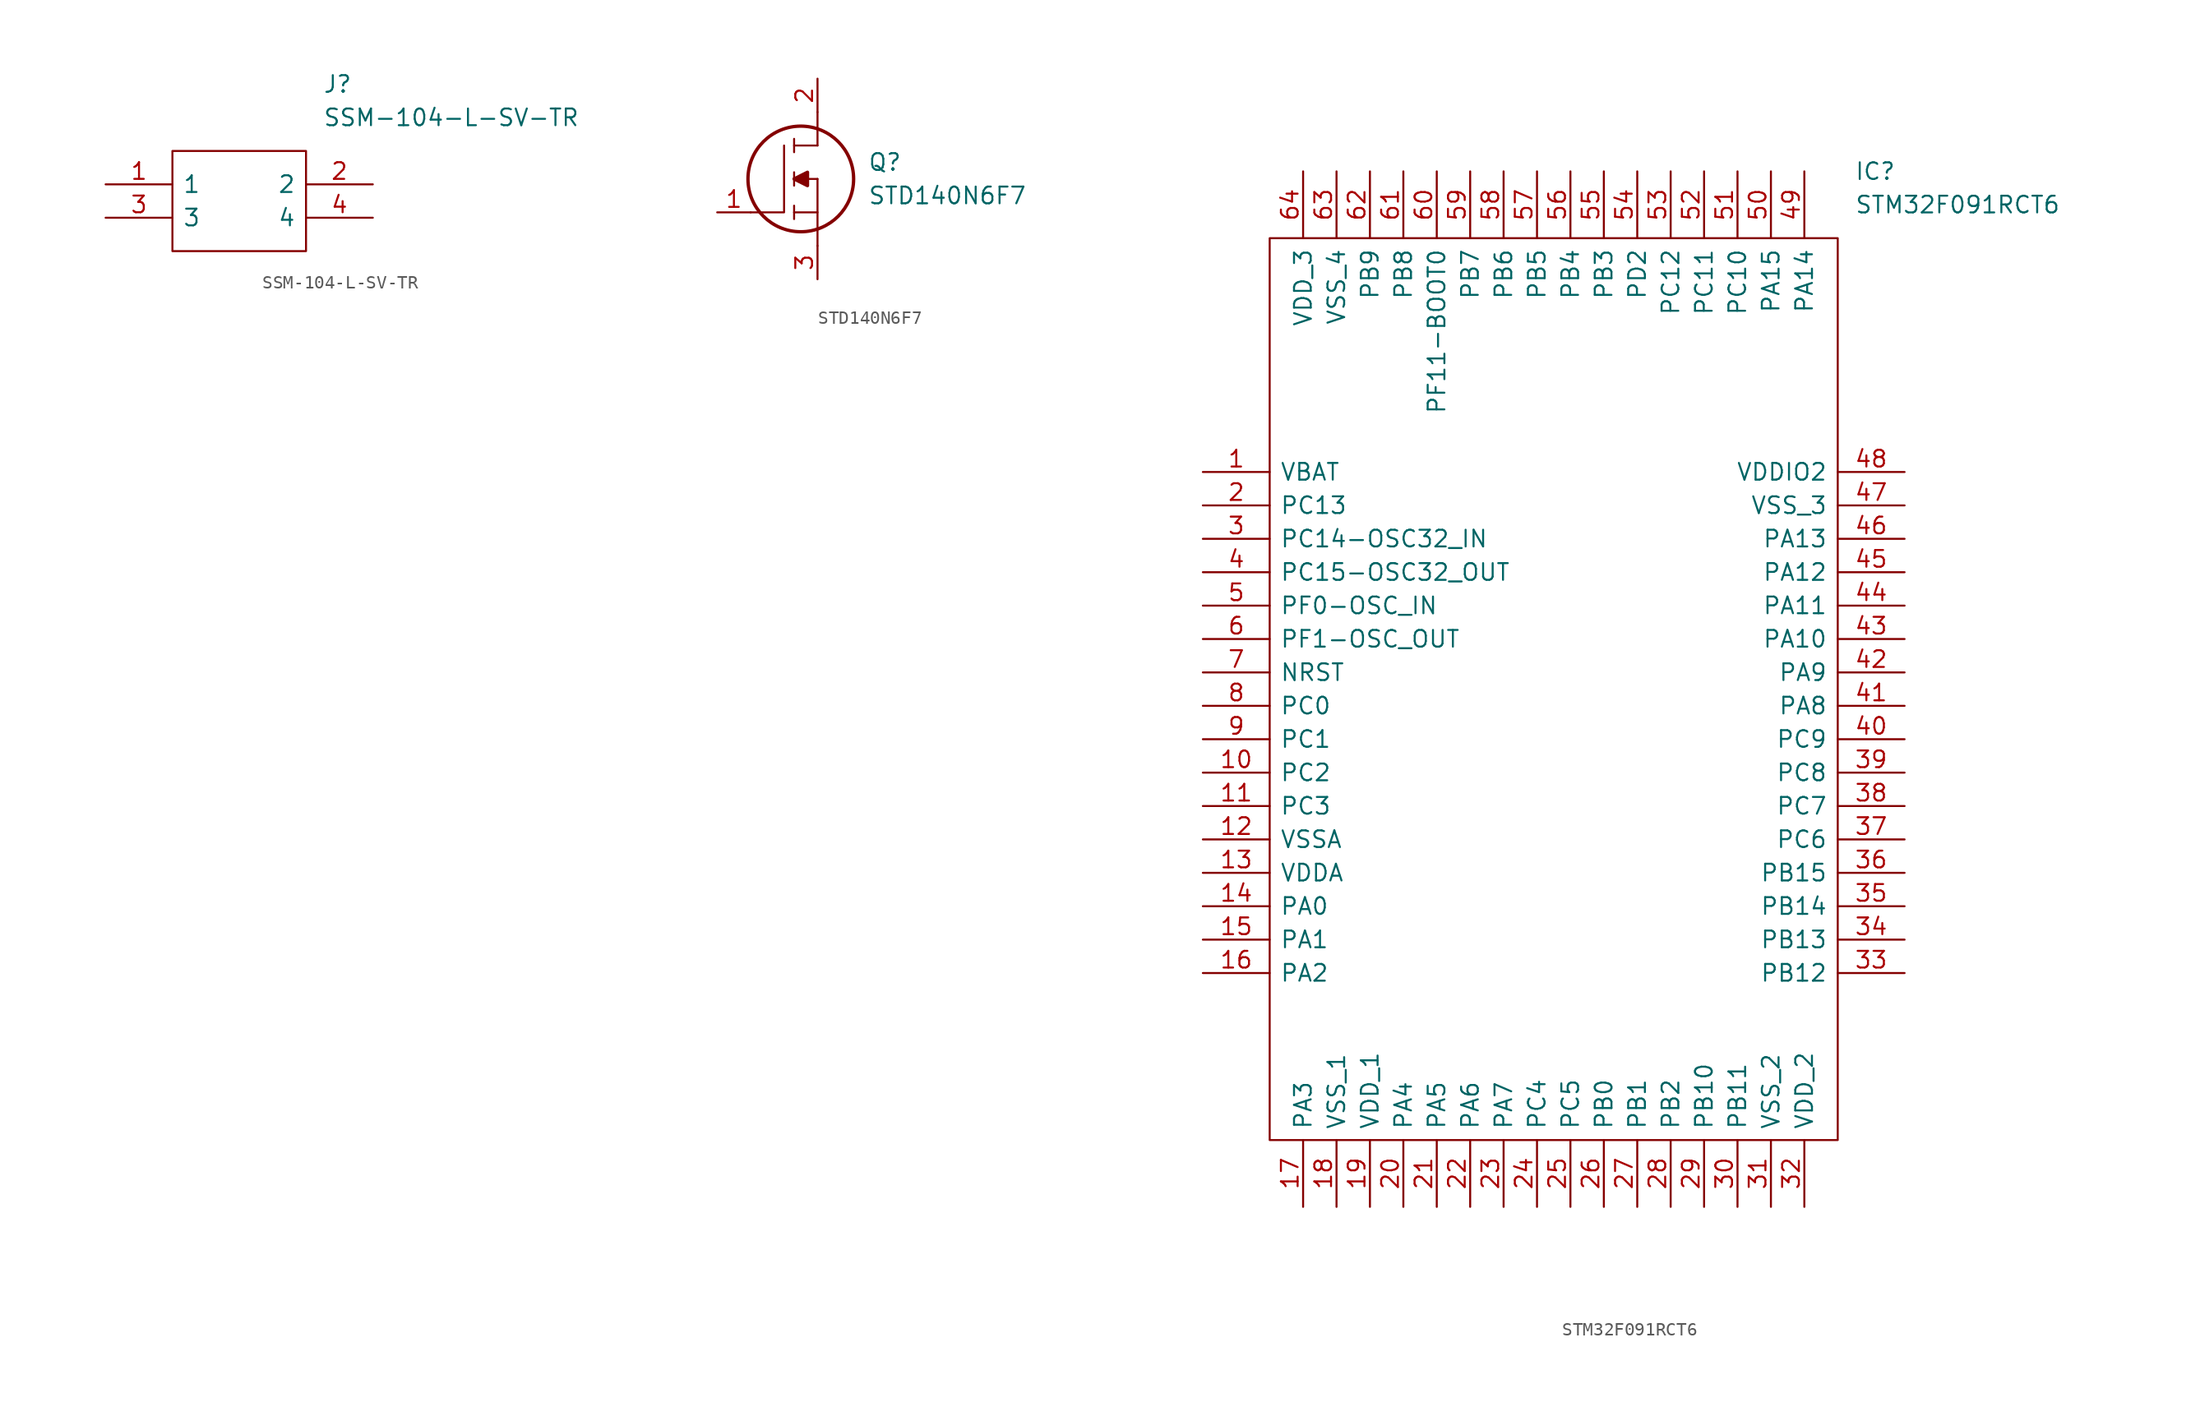
<source format=kicad_sym>
(kicad_symbol_lib
  (version 20211014)
  (generator kicad_symbol_editor)
  (symbol "SSM-104-L-SV-TR"
    (pin_names
      (offset 0.762))
    (property "Reference" "J"
      (at 16.51 7.62 0)
      (effects (font (size 1.27 1.27)) (justify left)))
    (property "Value" "SSM-104-L-SV-TR"
      (at 16.51 5.08 0)
      (effects (font (size 1.27 1.27)) (justify left)))
    (symbol "SSM-104-L-SV-TR_0_0"
      (pin passive line (at 0 0 0) (length 5.08) (name "1" (effects (font (size 1.27 1.27)))) (number "1" (effects (font (size 1.27 1.27)))))
      (pin passive line (at 20.32 0 180) (length 5.08) (name "2" (effects (font (size 1.27 1.27)))) (number "2" (effects (font (size 1.27 1.27)))))
      (pin passive line (at 0 -2.54 0) (length 5.08) (name "3" (effects (font (size 1.27 1.27)))) (number "3" (effects (font (size 1.27 1.27)))))
      (pin passive line (at 20.32 -2.54 180) (length 5.08) (name "4" (effects (font (size 1.27 1.27)))) (number "4" (effects (font (size 1.27 1.27))))))
    (symbol "SSM-104-L-SV-TR_0_1"
      (polyline (pts (xy 5.08 2.54) (xy 15.24 2.54) (xy 15.24 -5.08) (xy 5.08 -5.08) (xy 5.08 2.54)) (stroke (width 0.152) (type default) (color 0 0 0 0)) (fill (type none)))))
  (symbol "STD140N6F7"
    (pin_names
      (offset 0.762))
    (property "Reference" "Q"
      (at 11.43 3.81 0)
      (effects (font (size 1.27 1.27)) (justify left)))
    (property "Value" "STD140N6F7"
      (at 11.43 1.27 0)
      (effects (font (size 1.27 1.27)) (justify left)))
    (symbol "STD140N6F7_0_0"
      (pin bidirectional line (at 0 0 0) (length 2.54) (name "~" (effects (font (size 1.27 1.27)))) (number "1" (effects (font (size 1.27 1.27)))))
      (pin bidirectional line (at 7.62 10.16 270) (length 2.54) (name "~" (effects (font (size 1.27 1.27)))) (number "2" (effects (font (size 1.27 1.27)))))
      (pin bidirectional line (at 7.62 -5.08 90) (length 2.54) (name "~" (effects (font (size 1.27 1.27)))) (number "3" (effects (font (size 1.27 1.27))))))
    (symbol "STD140N6F7_0_1"
      (polyline (pts (xy 5.842 -0.508) (xy 5.842 0.508)) (stroke (width 0.152) (type default) (color 0 0 0 0)) (fill (type none)))
      (polyline (pts (xy 5.842 0) (xy 7.62 0)) (stroke (width 0.152) (type default) (color 0 0 0 0)) (fill (type none)))
      (polyline (pts (xy 5.842 2.032) (xy 5.842 3.048)) (stroke (width 0.152) (type default) (color 0 0 0 0)) (fill (type none)))
      (polyline (pts (xy 5.842 5.588) (xy 5.842 4.572)) (stroke (width 0.152) (type default) (color 0 0 0 0)) (fill (type none)))
      (polyline (pts (xy 7.62 2.54) (xy 5.842 2.54)) (stroke (width 0.152) (type default) (color 0 0 0 0)) (fill (type none)))
      (polyline (pts (xy 7.62 2.54) (xy 7.62 -2.54)) (stroke (width 0.152) (type default) (color 0 0 0 0)) (fill (type none)))
      (polyline (pts (xy 7.62 5.08) (xy 5.842 5.08)) (stroke (width 0.152) (type default) (color 0 0 0 0)) (fill (type none)))
      (polyline (pts (xy 7.62 5.08) (xy 7.62 7.62)) (stroke (width 0.152) (type default) (color 0 0 0 0)) (fill (type none)))
      (polyline (pts (xy 2.54 0) (xy 5.08 0) (xy 5.08 5.08)) (stroke (width 0.152) (type default) (color 0 0 0 0)) (fill (type none)))
      (polyline (pts (xy 5.842 2.54) (xy 6.858 3.048) (xy 6.858 2.032) (xy 5.842 2.54)) (stroke (width 0.254) (type default) (color 0 0 0 0)) (fill (type outline)))
      (circle (center 6.35 2.54) (radius 4.013) (stroke (width 0.254) (type default) (color 0 0 0 0)) (fill (type none)))))
  (symbol "STM32F091RCT6"
    (pin_names
      (offset 0.762))
    (property "Reference" "IC"
      (at 49.53 22.86 0)
      (effects (font (size 1.27 1.27)) (justify left)))
    (property "Value" "STM32F091RCT6"
      (at 49.53 20.32 0)
      (effects (font (size 1.27 1.27)) (justify left)))
    (symbol "STM32F091RCT6_0_0"
      (pin bidirectional line (at 0 0 0) (length 5.08) (name "VBAT" (effects (font (size 1.27 1.27)))) (number "1" (effects (font (size 1.27 1.27)))))
      (pin bidirectional line (at 0 -22.86 0) (length 5.08) (name "PC2" (effects (font (size 1.27 1.27)))) (number "10" (effects (font (size 1.27 1.27)))))
      (pin bidirectional line (at 0 -25.4 0) (length 5.08) (name "PC3" (effects (font (size 1.27 1.27)))) (number "11" (effects (font (size 1.27 1.27)))))
      (pin bidirectional line (at 0 -27.94 0) (length 5.08) (name "VSSA" (effects (font (size 1.27 1.27)))) (number "12" (effects (font (size 1.27 1.27)))))
      (pin bidirectional line (at 0 -30.48 0) (length 5.08) (name "VDDA" (effects (font (size 1.27 1.27)))) (number "13" (effects (font (size 1.27 1.27)))))
      (pin bidirectional line (at 0 -33.02 0) (length 5.08) (name "PA0" (effects (font (size 1.27 1.27)))) (number "14" (effects (font (size 1.27 1.27)))))
      (pin bidirectional line (at 0 -35.56 0) (length 5.08) (name "PA1" (effects (font (size 1.27 1.27)))) (number "15" (effects (font (size 1.27 1.27)))))
      (pin bidirectional line (at 0 -38.1 0) (length 5.08) (name "PA2" (effects (font (size 1.27 1.27)))) (number "16" (effects (font (size 1.27 1.27)))))
      (pin bidirectional line (at 7.62 -55.88 90) (length 5.08) (name "PA3" (effects (font (size 1.27 1.27)))) (number "17" (effects (font (size 1.27 1.27)))))
      (pin bidirectional line (at 10.16 -55.88 90) (length 5.08) (name "VSS_1" (effects (font (size 1.27 1.27)))) (number "18" (effects (font (size 1.27 1.27)))))
      (pin bidirectional line (at 12.7 -55.88 90) (length 5.08) (name "VDD_1" (effects (font (size 1.27 1.27)))) (number "19" (effects (font (size 1.27 1.27)))))
      (pin bidirectional line (at 0 -2.54 0) (length 5.08) (name "PC13" (effects (font (size 1.27 1.27)))) (number "2" (effects (font (size 1.27 1.27)))))
      (pin bidirectional line (at 15.24 -55.88 90) (length 5.08) (name "PA4" (effects (font (size 1.27 1.27)))) (number "20" (effects (font (size 1.27 1.27)))))
      (pin bidirectional line (at 17.78 -55.88 90) (length 5.08) (name "PA5" (effects (font (size 1.27 1.27)))) (number "21" (effects (font (size 1.27 1.27)))))
      (pin bidirectional line (at 20.32 -55.88 90) (length 5.08) (name "PA6" (effects (font (size 1.27 1.27)))) (number "22" (effects (font (size 1.27 1.27)))))
      (pin bidirectional line (at 22.86 -55.88 90) (length 5.08) (name "PA7" (effects (font (size 1.27 1.27)))) (number "23" (effects (font (size 1.27 1.27)))))
      (pin bidirectional line (at 25.4 -55.88 90) (length 5.08) (name "PC4" (effects (font (size 1.27 1.27)))) (number "24" (effects (font (size 1.27 1.27)))))
      (pin bidirectional line (at 27.94 -55.88 90) (length 5.08) (name "PC5" (effects (font (size 1.27 1.27)))) (number "25" (effects (font (size 1.27 1.27)))))
      (pin bidirectional line (at 30.48 -55.88 90) (length 5.08) (name "PB0" (effects (font (size 1.27 1.27)))) (number "26" (effects (font (size 1.27 1.27)))))
      (pin bidirectional line (at 33.02 -55.88 90) (length 5.08) (name "PB1" (effects (font (size 1.27 1.27)))) (number "27" (effects (font (size 1.27 1.27)))))
      (pin bidirectional line (at 35.56 -55.88 90) (length 5.08) (name "PB2" (effects (font (size 1.27 1.27)))) (number "28" (effects (font (size 1.27 1.27)))))
      (pin bidirectional line (at 38.1 -55.88 90) (length 5.08) (name "PB10" (effects (font (size 1.27 1.27)))) (number "29" (effects (font (size 1.27 1.27)))))
      (pin bidirectional line (at 0 -5.08 0) (length 5.08) (name "PC14-OSC32_IN" (effects (font (size 1.27 1.27)))) (number "3" (effects (font (size 1.27 1.27)))))
      (pin bidirectional line (at 40.64 -55.88 90) (length 5.08) (name "PB11" (effects (font (size 1.27 1.27)))) (number "30" (effects (font (size 1.27 1.27)))))
      (pin bidirectional line (at 43.18 -55.88 90) (length 5.08) (name "VSS_2" (effects (font (size 1.27 1.27)))) (number "31" (effects (font (size 1.27 1.27)))))
      (pin bidirectional line (at 45.72 -55.88 90) (length 5.08) (name "VDD_2" (effects (font (size 1.27 1.27)))) (number "32" (effects (font (size 1.27 1.27)))))
      (pin bidirectional line (at 53.34 -38.1 180) (length 5.08) (name "PB12" (effects (font (size 1.27 1.27)))) (number "33" (effects (font (size 1.27 1.27)))))
      (pin bidirectional line (at 53.34 -35.56 180) (length 5.08) (name "PB13" (effects (font (size 1.27 1.27)))) (number "34" (effects (font (size 1.27 1.27)))))
      (pin bidirectional line (at 53.34 -33.02 180) (length 5.08) (name "PB14" (effects (font (size 1.27 1.27)))) (number "35" (effects (font (size 1.27 1.27)))))
      (pin bidirectional line (at 53.34 -30.48 180) (length 5.08) (name "PB15" (effects (font (size 1.27 1.27)))) (number "36" (effects (font (size 1.27 1.27)))))
      (pin bidirectional line (at 53.34 -27.94 180) (length 5.08) (name "PC6" (effects (font (size 1.27 1.27)))) (number "37" (effects (font (size 1.27 1.27)))))
      (pin bidirectional line (at 53.34 -25.4 180) (length 5.08) (name "PC7" (effects (font (size 1.27 1.27)))) (number "38" (effects (font (size 1.27 1.27)))))
      (pin bidirectional line (at 53.34 -22.86 180) (length 5.08) (name "PC8" (effects (font (size 1.27 1.27)))) (number "39" (effects (font (size 1.27 1.27)))))
      (pin bidirectional line (at 0 -7.62 0) (length 5.08) (name "PC15-OSC32_OUT" (effects (font (size 1.27 1.27)))) (number "4" (effects (font (size 1.27 1.27)))))
      (pin bidirectional line (at 53.34 -20.32 180) (length 5.08) (name "PC9" (effects (font (size 1.27 1.27)))) (number "40" (effects (font (size 1.27 1.27)))))
      (pin bidirectional line (at 53.34 -17.78 180) (length 5.08) (name "PA8" (effects (font (size 1.27 1.27)))) (number "41" (effects (font (size 1.27 1.27)))))
      (pin bidirectional line (at 53.34 -15.24 180) (length 5.08) (name "PA9" (effects (font (size 1.27 1.27)))) (number "42" (effects (font (size 1.27 1.27)))))
      (pin bidirectional line (at 53.34 -12.7 180) (length 5.08) (name "PA10" (effects (font (size 1.27 1.27)))) (number "43" (effects (font (size 1.27 1.27)))))
      (pin bidirectional line (at 53.34 -10.16 180) (length 5.08) (name "PA11" (effects (font (size 1.27 1.27)))) (number "44" (effects (font (size 1.27 1.27)))))
      (pin bidirectional line (at 53.34 -7.62 180) (length 5.08) (name "PA12" (effects (font (size 1.27 1.27)))) (number "45" (effects (font (size 1.27 1.27)))))
      (pin bidirectional line (at 53.34 -5.08 180) (length 5.08) (name "PA13" (effects (font (size 1.27 1.27)))) (number "46" (effects (font (size 1.27 1.27)))))
      (pin bidirectional line (at 53.34 -2.54 180) (length 5.08) (name "VSS_3" (effects (font (size 1.27 1.27)))) (number "47" (effects (font (size 1.27 1.27)))))
      (pin bidirectional line (at 53.34 0 180) (length 5.08) (name "VDDIO2" (effects (font (size 1.27 1.27)))) (number "48" (effects (font (size 1.27 1.27)))))
      (pin bidirectional line (at 45.72 22.86 270) (length 5.08) (name "PA14" (effects (font (size 1.27 1.27)))) (number "49" (effects (font (size 1.27 1.27)))))
      (pin bidirectional line (at 0 -10.16 0) (length 5.08) (name "PF0-OSC_IN" (effects (font (size 1.27 1.27)))) (number "5" (effects (font (size 1.27 1.27)))))
      (pin bidirectional line (at 43.18 22.86 270) (length 5.08) (name "PA15" (effects (font (size 1.27 1.27)))) (number "50" (effects (font (size 1.27 1.27)))))
      (pin bidirectional line (at 40.64 22.86 270) (length 5.08) (name "PC10" (effects (font (size 1.27 1.27)))) (number "51" (effects (font (size 1.27 1.27)))))
      (pin bidirectional line (at 38.1 22.86 270) (length 5.08) (name "PC11" (effects (font (size 1.27 1.27)))) (number "52" (effects (font (size 1.27 1.27)))))
      (pin bidirectional line (at 35.56 22.86 270) (length 5.08) (name "PC12" (effects (font (size 1.27 1.27)))) (number "53" (effects (font (size 1.27 1.27)))))
      (pin bidirectional line (at 33.02 22.86 270) (length 5.08) (name "PD2" (effects (font (size 1.27 1.27)))) (number "54" (effects (font (size 1.27 1.27)))))
      (pin bidirectional line (at 30.48 22.86 270) (length 5.08) (name "PB3" (effects (font (size 1.27 1.27)))) (number "55" (effects (font (size 1.27 1.27)))))
      (pin bidirectional line (at 27.94 22.86 270) (length 5.08) (name "PB4" (effects (font (size 1.27 1.27)))) (number "56" (effects (font (size 1.27 1.27)))))
      (pin bidirectional line (at 25.4 22.86 270) (length 5.08) (name "PB5" (effects (font (size 1.27 1.27)))) (number "57" (effects (font (size 1.27 1.27)))))
      (pin bidirectional line (at 22.86 22.86 270) (length 5.08) (name "PB6" (effects (font (size 1.27 1.27)))) (number "58" (effects (font (size 1.27 1.27)))))
      (pin bidirectional line (at 20.32 22.86 270) (length 5.08) (name "PB7" (effects (font (size 1.27 1.27)))) (number "59" (effects (font (size 1.27 1.27)))))
      (pin bidirectional line (at 0 -12.7 0) (length 5.08) (name "PF1-OSC_OUT" (effects (font (size 1.27 1.27)))) (number "6" (effects (font (size 1.27 1.27)))))
      (pin bidirectional line (at 17.78 22.86 270) (length 5.08) (name "PF11-BOOT0" (effects (font (size 1.27 1.27)))) (number "60" (effects (font (size 1.27 1.27)))))
      (pin bidirectional line (at 15.24 22.86 270) (length 5.08) (name "PB8" (effects (font (size 1.27 1.27)))) (number "61" (effects (font (size 1.27 1.27)))))
      (pin bidirectional line (at 12.7 22.86 270) (length 5.08) (name "PB9" (effects (font (size 1.27 1.27)))) (number "62" (effects (font (size 1.27 1.27)))))
      (pin bidirectional line (at 10.16 22.86 270) (length 5.08) (name "VSS_4" (effects (font (size 1.27 1.27)))) (number "63" (effects (font (size 1.27 1.27)))))
      (pin bidirectional line (at 7.62 22.86 270) (length 5.08) (name "VDD_3" (effects (font (size 1.27 1.27)))) (number "64" (effects (font (size 1.27 1.27)))))
      (pin bidirectional line (at 0 -15.24 0) (length 5.08) (name "NRST" (effects (font (size 1.27 1.27)))) (number "7" (effects (font (size 1.27 1.27)))))
      (pin bidirectional line (at 0 -17.78 0) (length 5.08) (name "PC0" (effects (font (size 1.27 1.27)))) (number "8" (effects (font (size 1.27 1.27)))))
      (pin bidirectional line (at 0 -20.32 0) (length 5.08) (name "PC1" (effects (font (size 1.27 1.27)))) (number "9" (effects (font (size 1.27 1.27))))))
    (symbol "STM32F091RCT6_0_1"
      (polyline (pts (xy 5.08 17.78) (xy 48.26 17.78) (xy 48.26 -50.8) (xy 5.08 -50.8) (xy 5.08 17.78)) (stroke (width 0.152) (type default) (color 0 0 0 0)) (fill (type none))))))
</source>
